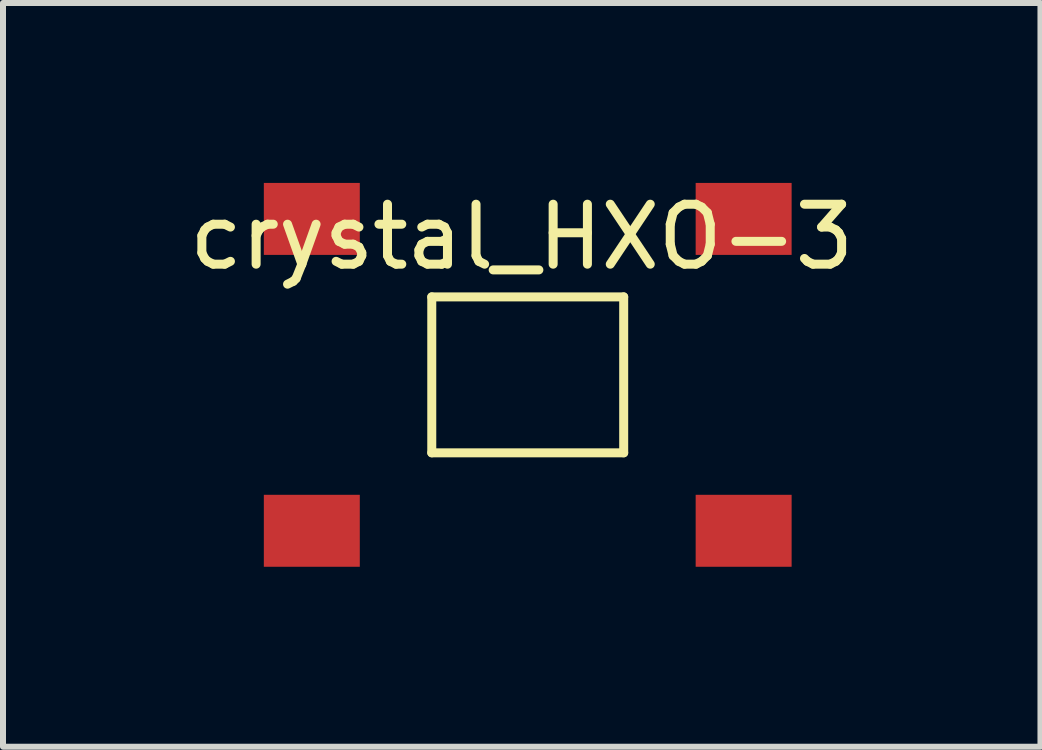
<source format=kicad_pcb>
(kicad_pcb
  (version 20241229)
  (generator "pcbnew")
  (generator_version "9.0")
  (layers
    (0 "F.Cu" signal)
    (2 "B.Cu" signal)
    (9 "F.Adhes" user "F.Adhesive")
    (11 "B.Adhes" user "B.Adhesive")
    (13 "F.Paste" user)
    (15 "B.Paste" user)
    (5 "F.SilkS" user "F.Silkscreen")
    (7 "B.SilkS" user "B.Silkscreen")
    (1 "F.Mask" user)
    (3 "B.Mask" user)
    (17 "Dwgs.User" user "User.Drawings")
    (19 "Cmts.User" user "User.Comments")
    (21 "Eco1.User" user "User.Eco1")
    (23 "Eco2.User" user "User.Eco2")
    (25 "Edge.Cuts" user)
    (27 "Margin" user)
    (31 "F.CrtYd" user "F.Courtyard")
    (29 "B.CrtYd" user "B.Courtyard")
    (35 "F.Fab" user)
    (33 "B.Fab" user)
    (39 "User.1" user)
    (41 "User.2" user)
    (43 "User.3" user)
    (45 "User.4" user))
  (footprint "crystal_HXO-3"
    (layer "F.Cu")
    (at 5.749 3.2)
    (property "Reference" "crystal_HXO-3" (at -0.1 -2.3 0) (layer "F.SilkS") (effects (font (size 1 1) (thickness 0.15))))
    (attr through_hole)
    (fp_line (start -1.6 -1.3) (end 1.6 -1.3) (stroke (width 0.15) (type solid)) (layer "F.SilkS"))
    (fp_line (start -1.6 1.3) (end -1.6 -1.3) (stroke (width 0.15) (type solid)) (layer "F.SilkS"))
    (fp_line (start 1.6 -1.3) (end 1.6 1.3) (stroke (width 0.15) (type solid)) (layer "F.SilkS"))
    (fp_line (start 1.6 1.3) (end -1.6 1.3) (stroke (width 0.15) (type solid)) (layer "F.SilkS"))
    (pad "1" smd rect (at -3.6 -2.6) (size 1.6 1.2) (layers "F.Cu" "F.Mask" "F.Paste"))
    (pad "2" smd rect (at 3.6 -2.6) (size 1.6 1.2) (layers "F.Cu" "F.Mask" "F.Paste"))
    (pad "3" smd rect (at 3.6 2.6) (size 1.6 1.2) (layers "F.Cu" "F.Mask" "F.Paste"))
    (pad "4" smd rect (at -3.6 2.6) (size 1.6 1.2) (layers "F.Cu" "F.Mask" "F.Paste")))
  (gr_rect
    (start -3 -3)
    (end 14.298 9.4)
    (stroke (width 0.1) (type default))
    (fill no)
    (layer "Edge.Cuts")))
</source>
